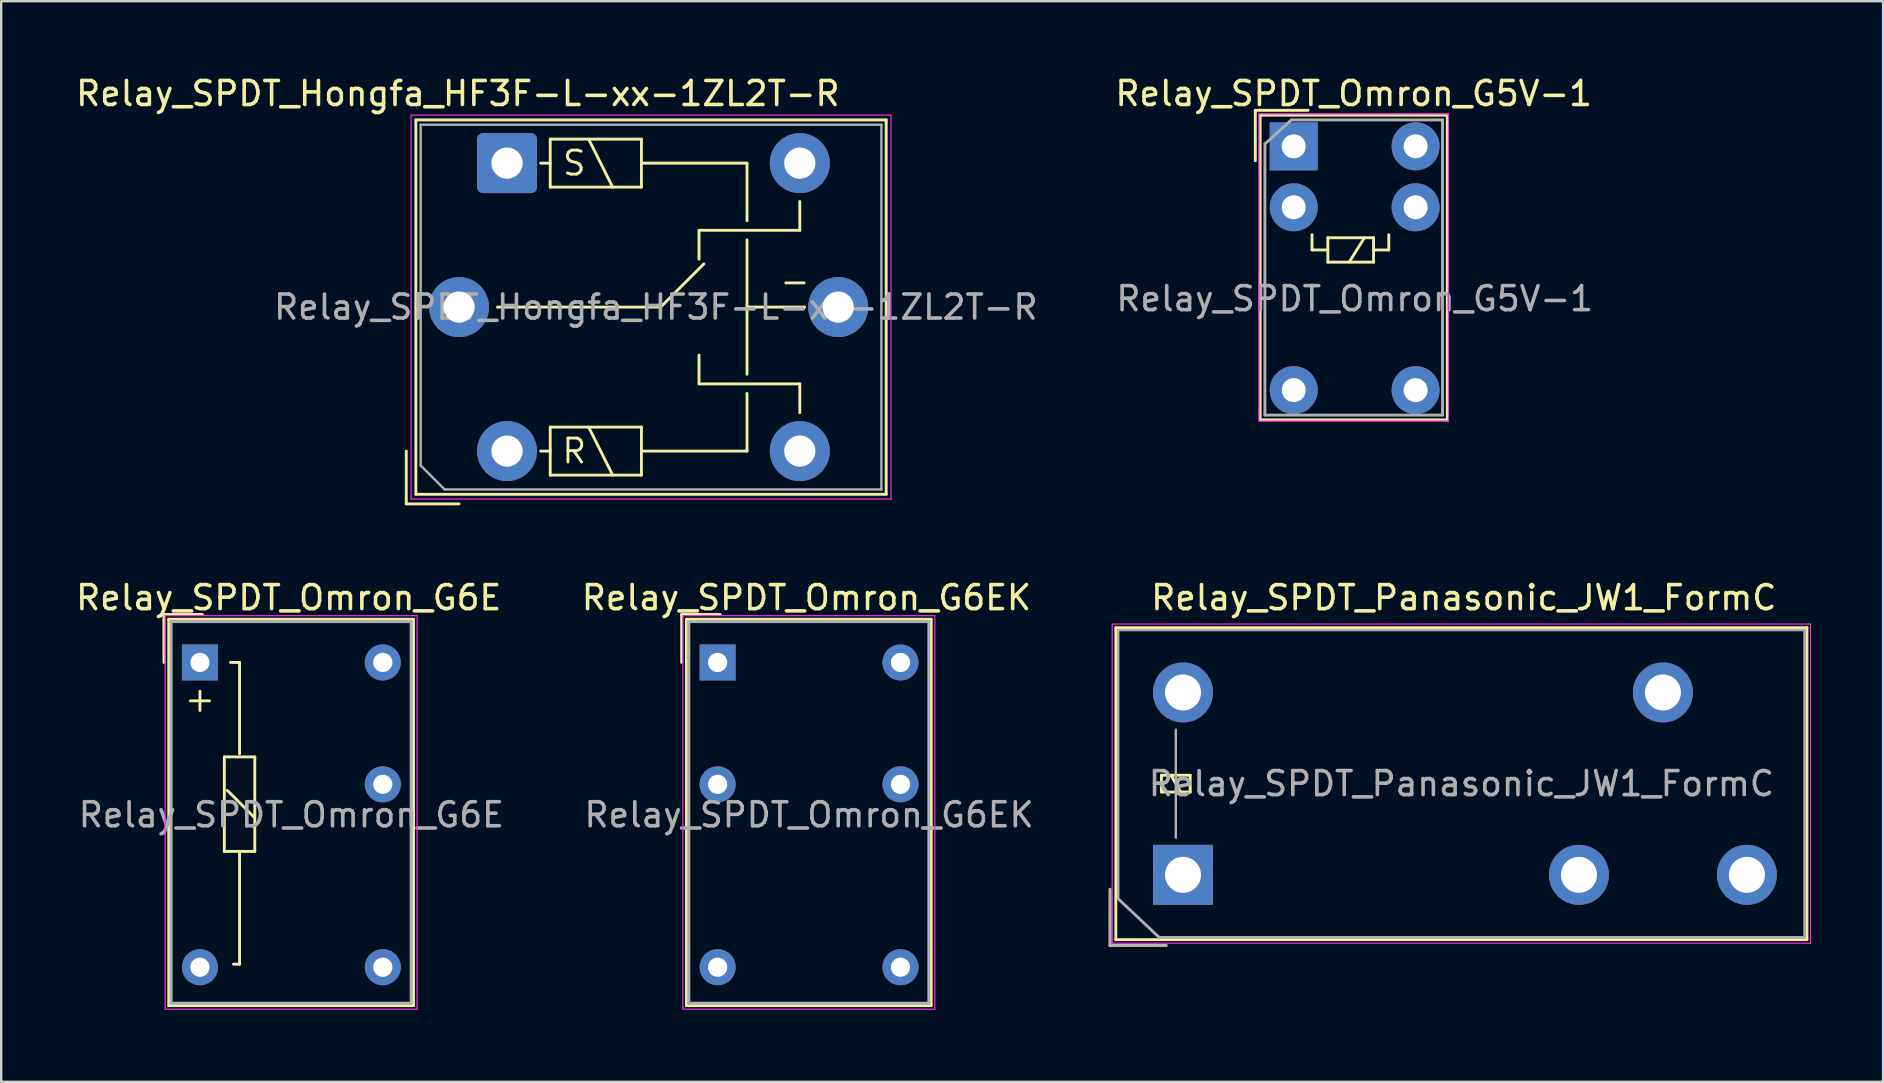
<source format=kicad_pcb>
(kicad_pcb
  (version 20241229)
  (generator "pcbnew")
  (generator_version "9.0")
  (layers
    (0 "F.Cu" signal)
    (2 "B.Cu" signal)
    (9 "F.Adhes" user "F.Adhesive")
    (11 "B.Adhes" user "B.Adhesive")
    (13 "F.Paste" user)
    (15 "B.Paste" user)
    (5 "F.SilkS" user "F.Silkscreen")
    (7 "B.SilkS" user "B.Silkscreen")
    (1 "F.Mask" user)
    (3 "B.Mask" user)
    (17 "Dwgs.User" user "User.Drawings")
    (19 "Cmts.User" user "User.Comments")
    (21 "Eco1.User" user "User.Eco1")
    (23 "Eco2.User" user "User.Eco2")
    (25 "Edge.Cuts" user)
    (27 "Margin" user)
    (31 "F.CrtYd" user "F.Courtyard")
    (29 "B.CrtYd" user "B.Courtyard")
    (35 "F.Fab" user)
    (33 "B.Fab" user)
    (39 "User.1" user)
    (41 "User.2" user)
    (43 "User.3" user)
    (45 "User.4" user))
  (footprint "Relay_SPDT_Panasonic_JW1_FormC"
    (layer "F.Cu")
    (at 46.249 33.407)
    (property "Reference" "Relay_SPDT_Panasonic_JW1_FormC" (at 11.7 -11.55 180) (layer "F.SilkS") (effects (font (size 1 1) (thickness 0.15))))
    (attr through_hole)
    (fp_line (start -3.04 2.94) (end -3.04 0.6) (stroke (width 0.12) (type solid)) (layer "F.SilkS"))
    (fp_line (start -2.8 -10.3) (end -2.8 2.7) (stroke (width 0.12) (type solid)) (layer "F.SilkS"))
    (fp_line (start -2.8 2.7) (end 26 2.7) (stroke (width 0.12) (type solid)) (layer "F.SilkS"))
    (fp_line (start -0.9 -4.15) (end -0.9 -3.45) (stroke (width 0.12) (type solid)) (layer "F.SilkS"))
    (fp_line (start -0.9 -3.45) (end 0.3 -3.45) (stroke (width 0.12) (type solid)) (layer "F.SilkS"))
    (fp_line (start -0.7 2.94) (end -3.04 2.94) (stroke (width 0.12) (type solid)) (layer "F.SilkS"))
    (fp_line (start -0.1 -3.45) (end -0.5 -4.15) (stroke (width 0.12) (type solid)) (layer "F.SilkS"))
    (fp_line (start 0.3 -4.15) (end -0.9 -4.15) (stroke (width 0.12) (type solid)) (layer "F.SilkS"))
    (fp_line (start 0.3 -3.45) (end 0.3 -4.15) (stroke (width 0.12) (type solid)) (layer "F.SilkS"))
    (fp_line (start 26 -10.3) (end -2.8 -10.3) (stroke (width 0.12) (type solid)) (layer "F.SilkS"))
    (fp_line (start 26 2.7) (end 26 -10.3) (stroke (width 0.12) (type solid)) (layer "F.SilkS"))
    (fp_line (start -2.95 -10.45) (end -2.95 2.85) (stroke (width 0.05) (type solid)) (layer "F.CrtYd"))
    (fp_line (start -2.95 2.85) (end 26.15 2.85) (stroke (width 0.05) (type solid)) (layer "F.CrtYd"))
    (fp_line (start 26.15 -10.45) (end -2.95 -10.45) (stroke (width 0.05) (type solid)) (layer "F.CrtYd"))
    (fp_line (start 26.15 2.85) (end 26.15 -10.45) (stroke (width 0.05) (type solid)) (layer "F.CrtYd"))
    (fp_line (start -3.04 2.94) (end -3.04 0.6) (stroke (width 0.1) (type solid)) (layer "F.Fab"))
    (fp_line (start -2.7 -10.2) (end -2.7 1) (stroke (width 0.1) (type solid)) (layer "F.Fab"))
    (fp_line (start -1 2.6) (end -2.7 1) (stroke (width 0.12) (type solid)) (layer "F.Fab"))
    (fp_line (start -1 2.6) (end 25.9 2.6) (stroke (width 0.1) (type solid)) (layer "F.Fab"))
    (fp_line (start -0.7 2.94) (end -3.04 2.94) (stroke (width 0.1) (type solid)) (layer "F.Fab"))
    (fp_line (start -0.3 -1.55) (end -0.3 -6.05) (stroke (width 0.1) (type solid)) (layer "F.Fab"))
    (fp_line (start 25.9 -10.2) (end -2.7 -10.2) (stroke (width 0.1) (type solid)) (layer "F.Fab"))
    (fp_line (start 25.9 2.6) (end 25.9 -10.2) (stroke (width 0.1) (type solid)) (layer "F.Fab"))
    (fp_text user "${REFERENCE}" (at 11.6 -3.8 180) (layer "F.Fab") (effects (font (size 1 1) (thickness 0.15))))
    (pad "1" thru_hole rect (at 0 0 90) (size 2.5 2.5) (drill 1.5) (layers "*.Cu" "*.Mask"))
    (pad "2" thru_hole oval (at 16.5 0 90) (size 2.5 2.5) (drill 1.5) (layers "*.Cu" "*.Mask"))
    (pad "4" thru_hole oval (at 23.5 0 90) (size 2.5 2.5) (drill 1.5) (layers "*.Cu" "*.Mask"))
    (pad "6" thru_hole oval (at 20 -7.6 90) (size 2.5 2.5) (drill 1.5) (layers "*.Cu" "*.Mask"))
    (pad "8" thru_hole oval (at 0 -7.6 90) (size 2.5 2.5) (drill 1.5) (layers "*.Cu" "*.Mask")))
  (footprint "Relay_SPDT_Hongfa_HF3F-L-xx-1ZL2T-R"
    (layer "F.Cu")
    (at 18.08 3.748)
    (property "Reference" "Relay_SPDT_Hongfa_HF3F-L-xx-1ZL2T-R" (at -2.05 -2.9 0) (layer "F.SilkS") (effects (font (size 1 1) (thickness 0.15))))
    (attr through_hole)
    (fp_line (start -4.2 12) (end -4.2 14.2) (stroke (width 0.12) (type solid)) (layer "F.SilkS"))
    (fp_line (start -4.2 14.2) (end -2 14.2) (stroke (width 0.12) (type solid)) (layer "F.SilkS"))
    (fp_line (start -3.8 -1.8) (end -3.8 13.8) (stroke (width 0.12) (type solid)) (layer "F.SilkS"))
    (fp_line (start -3.8 13.8) (end 15.8 13.8) (stroke (width 0.12) (type solid)) (layer "F.SilkS"))
    (fp_line (start -0.4 6) (end 6.4 6) (stroke (width 0.12) (type solid)) (layer "F.SilkS"))
    (fp_line (start 1.8 -1) (end 1.8 1) (stroke (width 0.12) (type solid)) (layer "F.SilkS"))
    (fp_line (start 1.8 0) (end 1.4 0) (stroke (width 0.12) (type solid)) (layer "F.SilkS"))
    (fp_line (start 1.8 1) (end 5.6 1) (stroke (width 0.12) (type solid)) (layer "F.SilkS"))
    (fp_line (start 1.8 11) (end 1.8 13) (stroke (width 0.12) (type solid)) (layer "F.SilkS"))
    (fp_line (start 1.8 12) (end 1.4 12) (stroke (width 0.12) (type solid)) (layer "F.SilkS"))
    (fp_line (start 1.8 13) (end 5.6 13) (stroke (width 0.12) (type solid)) (layer "F.SilkS"))
    (fp_line (start 3.4 -1) (end 4.4 1) (stroke (width 0.12) (type solid)) (layer "F.SilkS"))
    (fp_line (start 3.4 11) (end 4.4 13) (stroke (width 0.12) (type solid)) (layer "F.SilkS"))
    (fp_line (start 5.6 -1) (end 1.8 -1) (stroke (width 0.12) (type solid)) (layer "F.SilkS"))
    (fp_line (start 5.6 0) (end 10 0) (stroke (width 0.12) (type solid)) (layer "F.SilkS"))
    (fp_line (start 5.6 1) (end 5.6 -1) (stroke (width 0.12) (type solid)) (layer "F.SilkS"))
    (fp_line (start 5.6 11) (end 1.8 11) (stroke (width 0.12) (type solid)) (layer "F.SilkS"))
    (fp_line (start 5.6 13) (end 5.6 11) (stroke (width 0.12) (type solid)) (layer "F.SilkS"))
    (fp_line (start 6.4 6) (end 8.2 4.2) (stroke (width 0.12) (type solid)) (layer "F.SilkS"))
    (fp_line (start 8 2.8) (end 8 4) (stroke (width 0.12) (type solid)) (layer "F.SilkS"))
    (fp_line (start 8 9.2) (end 8 8) (stroke (width 0.12) (type solid)) (layer "F.SilkS"))
    (fp_line (start 10 0) (end 10 2.4) (stroke (width 0.12) (type solid)) (layer "F.SilkS"))
    (fp_line (start 10 3.2) (end 10 8.8) (stroke (width 0.12) (type solid)) (layer "F.SilkS"))
    (fp_line (start 10 6) (end 12.4 6) (stroke (width 0.12) (type solid)) (layer "F.SilkS"))
    (fp_line (start 10 9.6) (end 10 12) (stroke (width 0.12) (type solid)) (layer "F.SilkS"))
    (fp_line (start 10 12) (end 5.6 12) (stroke (width 0.12) (type solid)) (layer "F.SilkS"))
    (fp_line (start 12.2 1.6) (end 12.2 2.8) (stroke (width 0.12) (type solid)) (layer "F.SilkS"))
    (fp_line (start 12.2 2.8) (end 8 2.8) (stroke (width 0.12) (type solid)) (layer "F.SilkS"))
    (fp_line (start 12.2 9.2) (end 8 9.2) (stroke (width 0.12) (type solid)) (layer "F.SilkS"))
    (fp_line (start 12.2 10.4) (end 12.2 9.2) (stroke (width 0.12) (type solid)) (layer "F.SilkS"))
    (fp_line (start 15.8 -1.8) (end -3.8 -1.8) (stroke (width 0.12) (type solid)) (layer "F.SilkS"))
    (fp_line (start 15.8 13.8) (end 15.8 -1.8) (stroke (width 0.12) (type solid)) (layer "F.SilkS"))
    (fp_line (start -4 -2) (end -4 14) (stroke (width 0.05) (type solid)) (layer "F.CrtYd"))
    (fp_line (start -4 14) (end 16 14) (stroke (width 0.05) (type solid)) (layer "F.CrtYd"))
    (fp_line (start 16 -2) (end -4 -2) (stroke (width 0.05) (type solid)) (layer "F.CrtYd"))
    (fp_line (start 16 14) (end 16 -2) (stroke (width 0.05) (type solid)) (layer "F.CrtYd"))
    (fp_line (start -3.6 -1.6) (end -3.6 12.6) (stroke (width 0.1) (type solid)) (layer "F.Fab"))
    (fp_line (start -3.6 12.6) (end -2.6 13.6) (stroke (width 0.1) (type solid)) (layer "F.Fab"))
    (fp_line (start -2.6 13.6) (end 15.6 13.6) (stroke (width 0.1) (type solid)) (layer "F.Fab"))
    (fp_line (start 15.6 -1.6) (end -3.6 -1.6) (stroke (width 0.1) (type solid)) (layer "F.Fab"))
    (fp_line (start 15.6 13.6) (end 15.6 -1.6) (stroke (width 0.1) (type solid)) (layer "F.Fab"))
    (fp_text user "S" (at 2.8 0 0) (layer "F.SilkS") (effects (font (size 1 1) (thickness 0.12))))
    (fp_text user "-" (at 11.3 5.5 0) (unlocked yes) (layer "F.SilkS") (effects (font (size 1 1) (thickness 0.12)) (justify left bottom)))
    (fp_text user "R" (at 2.8 12 180) (layer "F.SilkS") (effects (font (size 1 1) (thickness 0.12))))
    (fp_text user "${REFERENCE}" (at 6.2 6 0) (layer "F.Fab") (effects (font (size 1 1) (thickness 0.15))))
    (pad "11" thru_hole circle (at -2 6) (size 2.5 2.5) (drill 1.3) (layers "*.Cu" "*.Mask"))
    (pad "12" thru_hole circle (at 12.2 0) (size 2.5 2.5) (drill 1.3) (layers "*.Cu" "*.Mask"))
    (pad "14" thru_hole circle (at 12.2 12) (size 2.5 2.5) (drill 1.3) (layers "*.Cu" "*.Mask"))
    (pad "A1" thru_hole roundrect (at 0 0) (size 2.5 2.5) (drill 1.3) (layers "*.Cu" "*.Mask") (roundrect_rratio 0.1))
    (pad "A2" thru_hole circle (at 0 12) (size 2.5 2.5) (drill 1.3) (layers "*.Cu" "*.Mask"))
    (pad "A3" thru_hole circle (at 13.8 6) (size 2.5 2.5) (drill 1.3) (layers "*.Cu" "*.Mask")))
  (footprint "Relay_SPDT_Omron_G6EK"
    (layer "F.Cu")
    (at 26.856 24.556)
    (property "Reference" "Relay_SPDT_Omron_G6EK" (at 3.7 -2.7 180) (layer "F.SilkS") (effects (font (size 1 1) (thickness 0.15))))
    (attr through_hole)
    (fp_line (start -1.5 -2) (end 0.1 -2) (stroke (width 0.12) (type solid)) (layer "F.SilkS"))
    (fp_line (start -1.5 0) (end -1.5 -2) (stroke (width 0.12) (type solid)) (layer "F.SilkS"))
    (fp_line (start -1.3 -1.8) (end 8.9 -1.8) (stroke (width 0.12) (type solid)) (layer "F.SilkS"))
    (fp_line (start -1.3 14.3) (end -1.3 -1.8) (stroke (width 0.12) (type solid)) (layer "F.SilkS"))
    (fp_line (start 8.9 -1.8) (end 8.9 14.3) (stroke (width 0.12) (type solid)) (layer "F.SilkS"))
    (fp_line (start 8.9 14.3) (end -1.3 14.3) (stroke (width 0.12) (type solid)) (layer "F.SilkS"))
    (fp_line (start -1.45 14.45) (end -1.45 -1.95) (stroke (width 0.05) (type solid)) (layer "F.CrtYd"))
    (fp_line (start -1.45 14.45) (end 9.05 14.45) (stroke (width 0.05) (type solid)) (layer "F.CrtYd"))
    (fp_line (start 9.05 -1.95) (end -1.45 -1.95) (stroke (width 0.05) (type solid)) (layer "F.CrtYd"))
    (fp_line (start 9.05 -1.95) (end 9.05 14.45) (stroke (width 0.05) (type solid)) (layer "F.CrtYd"))
    (fp_line (start -1.2 -1.7) (end -1.2 14.2) (stroke (width 0.12) (type solid)) (layer "F.Fab"))
    (fp_line (start -1.2 14.2) (end 8.8 14.2) (stroke (width 0.12) (type solid)) (layer "F.Fab"))
    (fp_line (start 8.8 -1.7) (end -1.2 -1.7) (stroke (width 0.12) (type solid)) (layer "F.Fab"))
    (fp_line (start 8.8 14.2) (end 8.8 -1.7) (stroke (width 0.12) (type solid)) (layer "F.Fab"))
    (fp_text user "${REFERENCE}" (at 3.81 6.35 0) (layer "F.Fab") (effects (font (size 1 1) (thickness 0.15))))
    (pad "1" thru_hole rect (at 0 0 270) (size 1.501 1.501) (drill 0.8) (layers "*.Cu" "*.Mask"))
    (pad "3" thru_hole circle (at 0 5.08 270) (size 1.501 1.501) (drill 0.8) (layers "*.Cu" "*.Mask"))
    (pad "6" thru_hole circle (at 0 12.7 270) (size 1.501 1.501) (drill 0.8) (layers "*.Cu" "*.Mask"))
    (pad "7" thru_hole circle (at 7.62 12.7 270) (size 1.501 1.501) (drill 0.8) (layers "*.Cu" "*.Mask"))
    (pad "10" thru_hole circle (at 7.62 5.08 270) (size 1.501 1.501) (drill 0.8) (layers "*.Cu" "*.Mask"))
    (pad "12" thru_hole circle (at 7.62 0 270) (size 1.501 1.501) (drill 0.8) (layers "*.Cu" "*.Mask")))
  (footprint "Relay_SPDT_Omron_G6E"
    (layer "F.Cu")
    (at 5.282 24.556)
    (property "Reference" "Relay_SPDT_Omron_G6E" (at 3.7 -2.7 180) (layer "F.SilkS") (effects (font (size 1 1) (thickness 0.15))))
    (attr through_hole)
    (fp_line (start -1.5 -2) (end 0.1 -2) (stroke (width 0.12) (type solid)) (layer "F.SilkS"))
    (fp_line (start -1.5 0) (end -1.5 -2) (stroke (width 0.12) (type solid)) (layer "F.SilkS"))
    (fp_line (start -1.3 -1.8) (end 8.9 -1.8) (stroke (width 0.12) (type solid)) (layer "F.SilkS"))
    (fp_line (start -1.3 14.3) (end -1.3 -1.8) (stroke (width 0.12) (type solid)) (layer "F.SilkS"))
    (fp_line (start 0 1.2) (end 0 2) (stroke (width 0.12) (type solid)) (layer "F.SilkS"))
    (fp_line (start 0.4 1.6) (end -0.4 1.6) (stroke (width 0.12) (type solid)) (layer "F.SilkS"))
    (fp_line (start 1.016 3.937) (end 2.286 3.937) (stroke (width 0.12) (type solid)) (layer "F.SilkS"))
    (fp_line (start 1.016 7.874) (end 1.016 3.937) (stroke (width 0.12) (type solid)) (layer "F.SilkS"))
    (fp_line (start 1.143 5.334) (end 2.286 6.477) (stroke (width 0.12) (type solid)) (layer "F.SilkS"))
    (fp_line (start 1.651 0) (end 1.27 0) (stroke (width 0.12) (type solid)) (layer "F.SilkS"))
    (fp_line (start 1.651 3.81) (end 1.651 0) (stroke (width 0.12) (type solid)) (layer "F.SilkS"))
    (fp_line (start 1.651 7.874) (end 1.651 12.573) (stroke (width 0.12) (type solid)) (layer "F.SilkS"))
    (fp_line (start 1.651 12.573) (end 1.397 12.573) (stroke (width 0.12) (type solid)) (layer "F.SilkS"))
    (fp_line (start 2.286 3.937) (end 2.286 7.874) (stroke (width 0.12) (type solid)) (layer "F.SilkS"))
    (fp_line (start 2.286 7.874) (end 1.016 7.874) (stroke (width 0.12) (type solid)) (layer "F.SilkS"))
    (fp_line (start 8.9 -1.8) (end 8.9 14.3) (stroke (width 0.12) (type solid)) (layer "F.SilkS"))
    (fp_line (start 8.9 14.3) (end -1.3 14.3) (stroke (width 0.12) (type solid)) (layer "F.SilkS"))
    (fp_line (start -1.45 14.45) (end -1.45 -1.95) (stroke (width 0.05) (type solid)) (layer "F.CrtYd"))
    (fp_line (start -1.45 14.45) (end 9.05 14.45) (stroke (width 0.05) (type solid)) (layer "F.CrtYd"))
    (fp_line (start 9.05 -1.95) (end -1.45 -1.95) (stroke (width 0.05) (type solid)) (layer "F.CrtYd"))
    (fp_line (start 9.05 -1.95) (end 9.05 14.45) (stroke (width 0.05) (type solid)) (layer "F.CrtYd"))
    (fp_line (start -1.2 -1.7) (end -1.2 14.2) (stroke (width 0.12) (type solid)) (layer "F.Fab"))
    (fp_line (start -1.2 14.2) (end 8.8 14.2) (stroke (width 0.12) (type solid)) (layer "F.Fab"))
    (fp_line (start 8.8 -1.7) (end -1.2 -1.7) (stroke (width 0.12) (type solid)) (layer "F.Fab"))
    (fp_line (start 8.8 14.2) (end 8.8 -1.7) (stroke (width 0.12) (type solid)) (layer "F.Fab"))
    (fp_text user "${REFERENCE}" (at 3.81 6.35 0) (layer "F.Fab") (effects (font (size 1 1) (thickness 0.15))))
    (pad "1" thru_hole rect (at 0 0 270) (size 1.501 1.501) (drill 0.8) (layers "*.Cu" "*.Mask"))
    (pad "6" thru_hole circle (at 0 12.7 270) (size 1.501 1.501) (drill 0.8) (layers "*.Cu" "*.Mask"))
    (pad "7" thru_hole circle (at 7.62 12.7 270) (size 1.501 1.501) (drill 0.8) (layers "*.Cu" "*.Mask"))
    (pad "10" thru_hole circle (at 7.62 5.08 270) (size 1.501 1.501) (drill 0.8) (layers "*.Cu" "*.Mask"))
    (pad "12" thru_hole circle (at 7.62 0 270) (size 1.501 1.501) (drill 0.8) (layers "*.Cu" "*.Mask")))
  (footprint "Relay_SPDT_Omron_G5V-1"
    (layer "F.Cu")
    (at 50.863 3.048)
    (property "Reference" "Relay_SPDT_Omron_G5V-1" (at 2.5 -2.2 0) (layer "F.SilkS") (effects (font (size 1 1) (thickness 0.15))))
    (attr through_hole)
    (fp_line (start -1.6 -1.5) (end 0.6 -1.5) (stroke (width 0.12) (type solid)) (layer "F.SilkS"))
    (fp_line (start -1.6 0.6) (end -1.6 -1.5) (stroke (width 0.12) (type solid)) (layer "F.SilkS"))
    (fp_line (start -1.4 -1.3) (end 6.4 -1.3) (stroke (width 0.12) (type solid)) (layer "F.SilkS"))
    (fp_line (start -1.4 11.4) (end -1.4 -1.3) (stroke (width 0.12) (type solid)) (layer "F.SilkS"))
    (fp_line (start 0.762 3.683) (end 0.762 4.318) (stroke (width 0.12) (type solid)) (layer "F.SilkS"))
    (fp_line (start 0.762 4.318) (end 1.422 4.318) (stroke (width 0.12) (type solid)) (layer "F.SilkS"))
    (fp_line (start 1.422 3.81) (end 1.422 4.826) (stroke (width 0.12) (type solid)) (layer "F.SilkS"))
    (fp_line (start 1.422 4.826) (end 3.327 4.826) (stroke (width 0.12) (type solid)) (layer "F.SilkS"))
    (fp_line (start 2.946 3.81) (end 2.311 4.826) (stroke (width 0.12) (type solid)) (layer "F.SilkS"))
    (fp_line (start 3.327 3.81) (end 1.422 3.81) (stroke (width 0.12) (type solid)) (layer "F.SilkS"))
    (fp_line (start 3.327 3.81) (end 3.327 4.826) (stroke (width 0.12) (type solid)) (layer "F.SilkS"))
    (fp_line (start 3.962 3.683) (end 3.962 4.318) (stroke (width 0.12) (type solid)) (layer "F.SilkS"))
    (fp_line (start 3.962 4.318) (end 3.327 4.318) (stroke (width 0.12) (type solid)) (layer "F.SilkS"))
    (fp_line (start 6.4 -1.3) (end 6.4 11.4) (stroke (width 0.12) (type solid)) (layer "F.SilkS"))
    (fp_line (start 6.4 11.4) (end -1.4 11.4) (stroke (width 0.12) (type solid)) (layer "F.SilkS"))
    (fp_line (start -1.45 -1.35) (end -1.45 11.45) (stroke (width 0.05) (type solid)) (layer "F.CrtYd"))
    (fp_line (start -1.45 -1.35) (end 6.45 -1.35) (stroke (width 0.05) (type solid)) (layer "F.CrtYd"))
    (fp_line (start 6.45 11.45) (end -1.45 11.45) (stroke (width 0.05) (type solid)) (layer "F.CrtYd"))
    (fp_line (start 6.45 11.45) (end 6.45 -1.35) (stroke (width 0.05) (type solid)) (layer "F.CrtYd"))
    (fp_line (start -1.2 -0.1) (end -0.1 -1.1) (stroke (width 0.12) (type solid)) (layer "F.Fab"))
    (fp_line (start -1.2 11.2) (end -1.2 -0.1) (stroke (width 0.12) (type solid)) (layer "F.Fab"))
    (fp_line (start -0.1 -1.1) (end 6.2 -1.1) (stroke (width 0.12) (type solid)) (layer "F.Fab"))
    (fp_line (start 6.2 -1.1) (end 6.2 11.2) (stroke (width 0.12) (type solid)) (layer "F.Fab"))
    (fp_line (start 6.2 11.2) (end -1.2 11.2) (stroke (width 0.12) (type solid)) (layer "F.Fab"))
    (fp_text user "${REFERENCE}" (at 2.54 6.35 0) (layer "F.Fab") (effects (font (size 1 1) (thickness 0.15))))
    (pad "1" thru_hole rect (at 0 0) (size 2 2) (drill 1) (layers "*.Cu" "*.Mask"))
    (pad "2" thru_hole circle (at 0 2.54) (size 2 2) (drill 1) (layers "*.Cu" "*.Mask"))
    (pad "5" thru_hole circle (at 0 10.16) (size 2 2) (drill 1) (layers "*.Cu" "*.Mask"))
    (pad "6" thru_hole circle (at 5.08 10.16) (size 2 2) (drill 1) (layers "*.Cu" "*.Mask"))
    (pad "9" thru_hole circle (at 5.08 2.54) (size 2 2) (drill 1) (layers "*.Cu" "*.Mask"))
    (pad "10" thru_hole circle (at 5.08 0) (size 2 2) (drill 1) (layers "*.Cu" "*.Mask")))
  (gr_rect
    (start -3 -3)
    (end 75.424 42.032)
    (stroke (width 0.1) (type default))
    (fill no)
    (layer "Edge.Cuts")))
</source>
